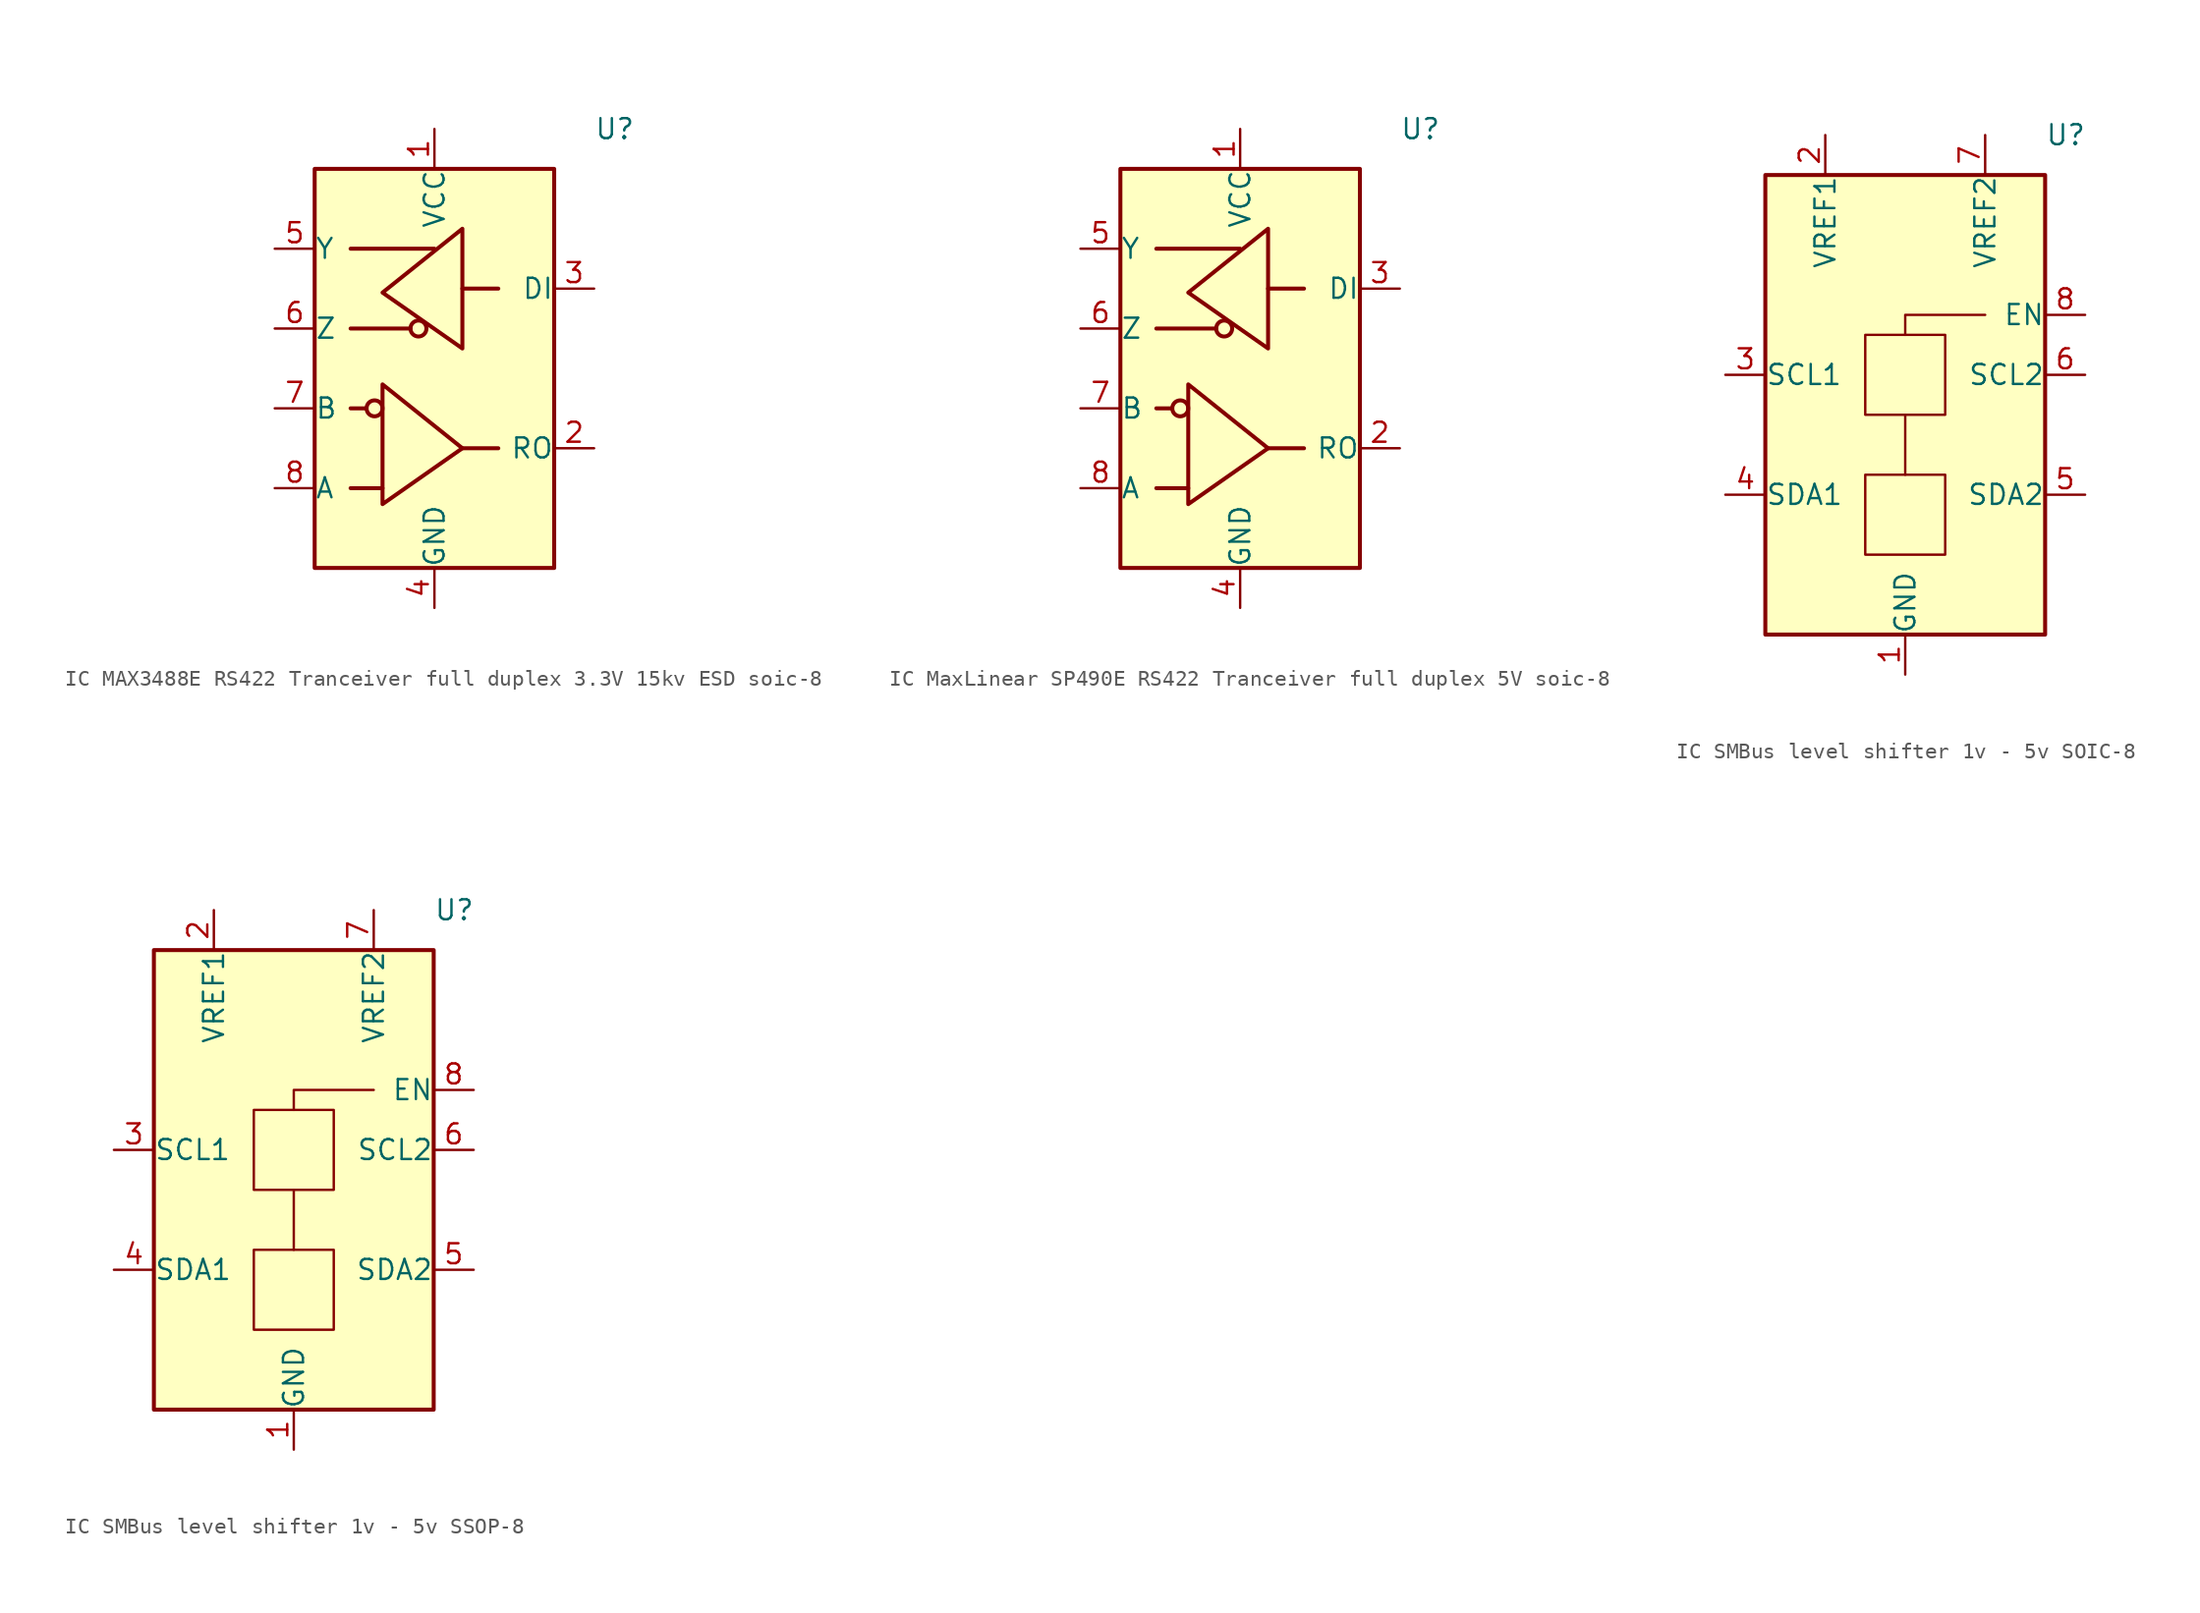
<source format=kicad_sym>
(kicad_symbol_lib
  (version 20241209)
  (generator "kicad_symbol_editor")
  (generator_version "9.0")
  (symbol "IC MAX3488E RS422 Tranceiver full duplex 3.3V 15kv ESD soic-8"
    (pin_names
      (offset 0.002))
    (property "Reference" "U"
      (at 10.16 15.24 0)
      (effects (font (size 1.27 1.27)) (justify left)))
    (symbol "IC MAX3488E RS422 Tranceiver full duplex 3.3V 15kv ESD soic-8_0_1"
      (rectangle (start -7.62 -12.7) (end 7.62 12.7) (stroke (width 0.254) (type default)) (fill (type background)))
      (polyline (pts (xy -4.318 -2.54) (xy -5.334 -2.54)) (stroke (width 0.254) (type default)) (fill (type none)))
      (polyline (pts (xy -3.302 -7.62) (xy -5.334 -7.62)) (stroke (width 0.254) (type default)) (fill (type none)))
      (polyline (pts (xy -1.524 2.54) (xy -5.334 2.54)) (stroke (width 0.254) (type default)) (fill (type none)))
      (circle (center -1.016 2.54) (radius 0.508) (stroke (width 0.254) (type default)) (fill (type none)))
      (polyline (pts (xy 0 7.62) (xy -5.334 7.62)) (stroke (width 0.254) (type default)) (fill (type none)))
      (polyline (pts (xy 1.778 5.08) (xy 4.064 5.08)) (stroke (width 0.254) (type default)) (fill (type none)))
      (polyline (pts (xy 1.778 5.08) (xy 1.778 1.27) (xy -3.302 4.826) (xy 1.778 8.89) (xy 1.778 5.08)) (stroke (width 0.254) (type default)) (fill (type none)))
      (polyline (pts (xy 1.778 -5.08) (xy 4.064 -5.08)) (stroke (width 0.254) (type default)) (fill (type none))))
    (symbol "IC MAX3488E RS422 Tranceiver full duplex 3.3V 15kv ESD soic-8_1_1"
      (circle (center -3.81 -2.54) (radius 0.508) (stroke (width 0.254) (type default)) (fill (type none)))
      (polyline (pts (xy -3.302 -4.826) (xy -3.302 -8.636) (xy 1.778 -5.08) (xy -3.302 -1.016) (xy -3.302 -4.826)) (stroke (width 0.254) (type default)) (fill (type none)))
      (pin output line (at -10.16 7.62 0) (length 2.54) (name "Y" (effects (font (size 1.27 1.27)))) (number "5" (effects (font (size 1.27 1.27)))))
      (pin output line (at -10.16 2.54 0) (length 2.54) (name "Z" (effects (font (size 1.27 1.27)))) (number "6" (effects (font (size 1.27 1.27)))))
      (pin input line (at -10.16 -2.54 0) (length 2.54) (name "B" (effects (font (size 1.27 1.27)))) (number "7" (effects (font (size 1.27 1.27)))))
      (pin input line (at -10.16 -7.62 0) (length 2.54) (name "A" (effects (font (size 1.27 1.27)))) (number "8" (effects (font (size 1.27 1.27)))))
      (pin power_in line (at 0 15.24 270) (length 2.54) (name "VCC" (effects (font (size 1.27 1.27)))) (number "1" (effects (font (size 1.27 1.27)))))
      (pin power_in line (at 0 -15.24 90) (length 2.54) (name "GND" (effects (font (size 1.27 1.27)))) (number "4" (effects (font (size 1.27 1.27)))))
      (pin input line (at 10.16 5.08 180) (length 2.54) (name "DI" (effects (font (size 1.27 1.27)))) (number "3" (effects (font (size 1.27 1.27)))))
      (pin output line (at 10.16 -5.08 180) (length 2.54) (name "RO" (effects (font (size 1.27 1.27)))) (number "2" (effects (font (size 1.27 1.27)))))))
  (symbol "IC MaxLinear SP490E RS422 Tranceiver full duplex 5V soic-8"
    (pin_names
      (offset 0.002))
    (property "Reference" "U"
      (at 10.16 15.24 0)
      (effects (font (size 1.27 1.27)) (justify left)))
    (symbol "IC MaxLinear SP490E RS422 Tranceiver full duplex 5V soic-8_0_1"
      (rectangle (start -7.62 -12.7) (end 7.62 12.7) (stroke (width 0.254) (type default)) (fill (type background)))
      (polyline (pts (xy -4.318 -2.54) (xy -5.334 -2.54)) (stroke (width 0.254) (type default)) (fill (type none)))
      (polyline (pts (xy -3.302 -7.62) (xy -5.334 -7.62)) (stroke (width 0.254) (type default)) (fill (type none)))
      (polyline (pts (xy -1.524 2.54) (xy -5.334 2.54)) (stroke (width 0.254) (type default)) (fill (type none)))
      (circle (center -1.016 2.54) (radius 0.508) (stroke (width 0.254) (type default)) (fill (type none)))
      (polyline (pts (xy 0 7.62) (xy -5.334 7.62)) (stroke (width 0.254) (type default)) (fill (type none)))
      (polyline (pts (xy 1.778 5.08) (xy 4.064 5.08)) (stroke (width 0.254) (type default)) (fill (type none)))
      (polyline (pts (xy 1.778 5.08) (xy 1.778 1.27) (xy -3.302 4.826) (xy 1.778 8.89) (xy 1.778 5.08)) (stroke (width 0.254) (type default)) (fill (type none)))
      (polyline (pts (xy 1.778 -5.08) (xy 4.064 -5.08)) (stroke (width 0.254) (type default)) (fill (type none))))
    (symbol "IC MaxLinear SP490E RS422 Tranceiver full duplex 5V soic-8_1_1"
      (circle (center -3.81 -2.54) (radius 0.508) (stroke (width 0.254) (type default)) (fill (type none)))
      (polyline (pts (xy -3.302 -4.826) (xy -3.302 -8.636) (xy 1.778 -5.08) (xy -3.302 -1.016) (xy -3.302 -4.826)) (stroke (width 0.254) (type default)) (fill (type none)))
      (pin output line (at -10.16 7.62 0) (length 2.54) (name "Y" (effects (font (size 1.27 1.27)))) (number "5" (effects (font (size 1.27 1.27)))))
      (pin output line (at -10.16 2.54 0) (length 2.54) (name "Z" (effects (font (size 1.27 1.27)))) (number "6" (effects (font (size 1.27 1.27)))))
      (pin input line (at -10.16 -2.54 0) (length 2.54) (name "B" (effects (font (size 1.27 1.27)))) (number "7" (effects (font (size 1.27 1.27)))))
      (pin input line (at -10.16 -7.62 0) (length 2.54) (name "A" (effects (font (size 1.27 1.27)))) (number "8" (effects (font (size 1.27 1.27)))))
      (pin power_in line (at 0 15.24 270) (length 2.54) (name "VCC" (effects (font (size 1.27 1.27)))) (number "1" (effects (font (size 1.27 1.27)))))
      (pin power_in line (at 0 -15.24 90) (length 2.54) (name "GND" (effects (font (size 1.27 1.27)))) (number "4" (effects (font (size 1.27 1.27)))))
      (pin input line (at 10.16 5.08 180) (length 2.54) (name "DI" (effects (font (size 1.27 1.27)))) (number "3" (effects (font (size 1.27 1.27)))))
      (pin output line (at 10.16 -5.08 180) (length 2.54) (name "RO" (effects (font (size 1.27 1.27)))) (number "2" (effects (font (size 1.27 1.27)))))))
  (symbol "IC SMBus level shifter 1v - 5v SOIC-8"
    (pin_names
      (offset 0.002))
    (property "Reference" "U"
      (at 8.89 19.05 0)
      (effects (font (size 1.27 1.27)) (justify left)))
    (symbol "IC SMBus level shifter 1v - 5v SOIC-8_0_1"
      (rectangle (start -8.89 16.51) (end 8.89 -12.7) (stroke (width 0.254) (type default)) (fill (type background)))
      (rectangle (start -2.54 6.35) (end 2.54 1.27) (stroke (width 0) (type default)) (fill (type none)))
      (rectangle (start -2.54 -2.54) (end 2.54 -7.62) (stroke (width 0) (type default)) (fill (type none)))
      (polyline (pts (xy 0 1.27) (xy 0 -2.54)) (stroke (width 0) (type default)) (fill (type none)))
      (polyline (pts (xy 5.08 7.62) (xy 0 7.62) (xy 0 6.35)) (stroke (width 0) (type default)) (fill (type none))))
    (symbol "IC SMBus level shifter 1v - 5v SOIC-8_1_1"
      (pin bidirectional line (at -11.43 3.81 0) (length 2.54) (name "SCL1" (effects (font (size 1.27 1.27)))) (number "3" (effects (font (size 1.27 1.27)))))
      (pin bidirectional line (at -11.43 -3.81 0) (length 2.54) (name "SDA1" (effects (font (size 1.27 1.27)))) (number "4" (effects (font (size 1.27 1.27)))))
      (pin power_in line (at -5.08 19.05 270) (length 2.54) (name "VREF1" (effects (font (size 1.27 1.27)))) (number "2" (effects (font (size 1.27 1.27)))))
      (pin power_in line (at 0 -15.24 90) (length 2.54) (name "GND" (effects (font (size 1.27 1.27)))) (number "1" (effects (font (size 1.27 1.27)))))
      (pin power_in line (at 5.08 19.05 270) (length 2.54) (name "VREF2" (effects (font (size 1.27 1.27)))) (number "7" (effects (font (size 1.27 1.27)))))
      (pin input line (at 11.43 7.62 180) (length 2.54) (name "EN" (effects (font (size 1.27 1.27)))) (number "8" (effects (font (size 1.27 1.27)))))
      (pin bidirectional line (at 11.43 3.81 180) (length 2.54) (name "SCL2" (effects (font (size 1.27 1.27)))) (number "6" (effects (font (size 1.27 1.27)))))
      (pin bidirectional line (at 11.43 -3.81 180) (length 2.54) (name "SDA2" (effects (font (size 1.27 1.27)))) (number "5" (effects (font (size 1.27 1.27)))))))
  (symbol "IC SMBus level shifter 1v - 5v SSOP-8"
    (pin_names
      (offset 0.002))
    (property "Reference" "U"
      (at 8.89 19.05 0)
      (effects (font (size 1.27 1.27)) (justify left)))
    (symbol "IC SMBus level shifter 1v - 5v SSOP-8_0_1"
      (rectangle (start -8.89 16.51) (end 8.89 -12.7) (stroke (width 0.254) (type default)) (fill (type background)))
      (rectangle (start -2.54 6.35) (end 2.54 1.27) (stroke (width 0) (type default)) (fill (type none)))
      (rectangle (start -2.54 -2.54) (end 2.54 -7.62) (stroke (width 0) (type default)) (fill (type none)))
      (polyline (pts (xy 0 1.27) (xy 0 -2.54)) (stroke (width 0) (type default)) (fill (type none)))
      (polyline (pts (xy 5.08 7.62) (xy 0 7.62) (xy 0 6.35)) (stroke (width 0) (type default)) (fill (type none))))
    (symbol "IC SMBus level shifter 1v - 5v SSOP-8_1_1"
      (pin bidirectional line (at -11.43 3.81 0) (length 2.54) (name "SCL1" (effects (font (size 1.27 1.27)))) (number "3" (effects (font (size 1.27 1.27)))))
      (pin bidirectional line (at -11.43 -3.81 0) (length 2.54) (name "SDA1" (effects (font (size 1.27 1.27)))) (number "4" (effects (font (size 1.27 1.27)))))
      (pin power_in line (at -5.08 19.05 270) (length 2.54) (name "VREF1" (effects (font (size 1.27 1.27)))) (number "2" (effects (font (size 1.27 1.27)))))
      (pin power_in line (at 0 -15.24 90) (length 2.54) (name "GND" (effects (font (size 1.27 1.27)))) (number "1" (effects (font (size 1.27 1.27)))))
      (pin power_in line (at 5.08 19.05 270) (length 2.54) (name "VREF2" (effects (font (size 1.27 1.27)))) (number "7" (effects (font (size 1.27 1.27)))))
      (pin input line (at 11.43 7.62 180) (length 2.54) (name "EN" (effects (font (size 1.27 1.27)))) (number "8" (effects (font (size 1.27 1.27)))))
      (pin bidirectional line (at 11.43 3.81 180) (length 2.54) (name "SCL2" (effects (font (size 1.27 1.27)))) (number "6" (effects (font (size 1.27 1.27)))))
      (pin bidirectional line (at 11.43 -3.81 180) (length 2.54) (name "SDA2" (effects (font (size 1.27 1.27)))) (number "5" (effects (font (size 1.27 1.27))))))))
</source>
